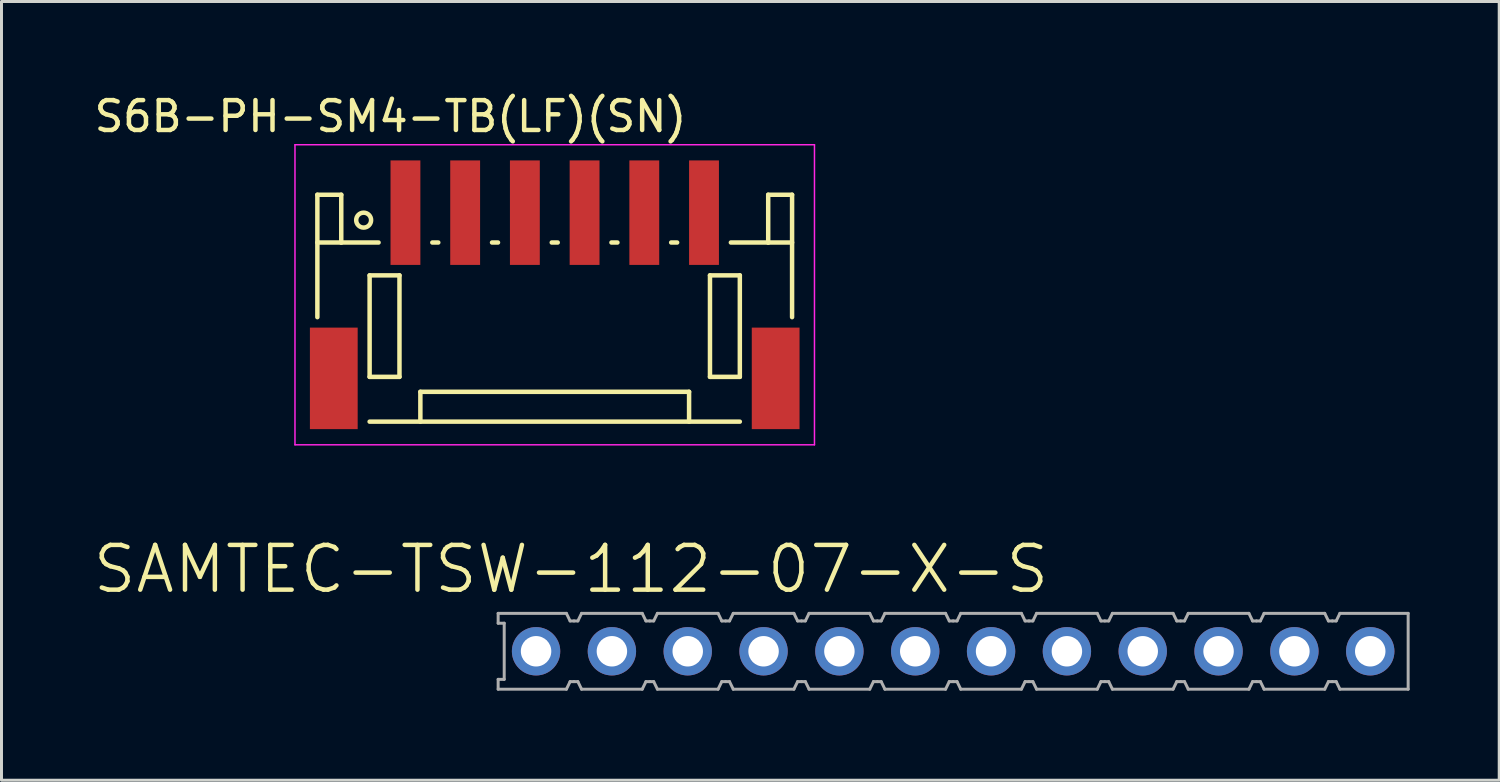
<source format=kicad_pcb>
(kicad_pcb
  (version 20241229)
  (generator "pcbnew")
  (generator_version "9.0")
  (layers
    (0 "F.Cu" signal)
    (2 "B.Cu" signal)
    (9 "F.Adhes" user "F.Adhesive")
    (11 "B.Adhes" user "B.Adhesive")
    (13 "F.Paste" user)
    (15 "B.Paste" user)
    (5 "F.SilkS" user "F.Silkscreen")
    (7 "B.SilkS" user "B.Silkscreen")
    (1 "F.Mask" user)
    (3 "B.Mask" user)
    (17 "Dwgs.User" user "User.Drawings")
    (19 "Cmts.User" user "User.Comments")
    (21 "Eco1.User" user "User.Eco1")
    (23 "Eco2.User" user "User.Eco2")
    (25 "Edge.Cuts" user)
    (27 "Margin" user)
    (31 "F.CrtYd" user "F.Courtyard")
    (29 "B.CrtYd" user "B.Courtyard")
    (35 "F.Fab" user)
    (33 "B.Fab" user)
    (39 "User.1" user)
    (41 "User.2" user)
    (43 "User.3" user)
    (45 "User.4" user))
  (footprint "S6B-PH-SM4-TB(LF)(SN)"
    (layer "F.Cu")
    (at 15.53 6.848)
    (property "Reference" "S6B-PH-SM4-TB(LF)(SN)" (at -5.5 -6 0) (layer "F.SilkS") (effects (font (size 1 1) (thickness 0.15))))
    (attr smd)
    (fp_line (start -7.95 -3.375) (end -7.95 0.725) (stroke (width 0.15) (type solid)) (layer "F.SilkS"))
    (fp_line (start -7.15 -3.375) (end -7.95 -3.375) (stroke (width 0.15) (type solid)) (layer "F.SilkS"))
    (fp_line (start -7.15 -1.775) (end -7.95 -1.775) (stroke (width 0.15) (type solid)) (layer "F.SilkS"))
    (fp_line (start -7.15 -1.775) (end -7.15 -3.375) (stroke (width 0.15) (type solid)) (layer "F.SilkS"))
    (fp_line (start -6.2 -0.675) (end -6.2 2.725) (stroke (width 0.15) (type solid)) (layer "F.SilkS"))
    (fp_line (start -6.2 2.725) (end -5.2 2.725) (stroke (width 0.15) (type solid)) (layer "F.SilkS"))
    (fp_line (start -6.2 4.225) (end 6.2 4.225) (stroke (width 0.15) (type solid)) (layer "F.SilkS"))
    (fp_line (start -5.9 -1.775) (end -7.15 -1.775) (stroke (width 0.15) (type solid)) (layer "F.SilkS"))
    (fp_line (start -5.2 -0.675) (end -6.2 -0.675) (stroke (width 0.15) (type solid)) (layer "F.SilkS"))
    (fp_line (start -5.2 2.725) (end -5.2 -0.675) (stroke (width 0.15) (type solid)) (layer "F.SilkS"))
    (fp_line (start -4.5 3.225) (end 4.5 3.225) (stroke (width 0.15) (type solid)) (layer "F.SilkS"))
    (fp_line (start -4.5 4.225) (end -4.5 3.225) (stroke (width 0.15) (type solid)) (layer "F.SilkS"))
    (fp_line (start -4.1 -1.775) (end -3.9 -1.775) (stroke (width 0.15) (type solid)) (layer "F.SilkS"))
    (fp_line (start -2.1 -1.775) (end -1.9 -1.775) (stroke (width 0.15) (type solid)) (layer "F.SilkS"))
    (fp_line (start -0.1 -1.775) (end 0.1 -1.775) (stroke (width 0.15) (type solid)) (layer "F.SilkS"))
    (fp_line (start 1.9 -1.775) (end 2.1 -1.775) (stroke (width 0.15) (type solid)) (layer "F.SilkS"))
    (fp_line (start 3.9 -1.775) (end 4.1 -1.775) (stroke (width 0.15) (type solid)) (layer "F.SilkS"))
    (fp_line (start 4.5 3.225) (end 4.5 4.225) (stroke (width 0.15) (type solid)) (layer "F.SilkS"))
    (fp_line (start 5.2 -0.675) (end 6.2 -0.675) (stroke (width 0.15) (type solid)) (layer "F.SilkS"))
    (fp_line (start 5.2 2.725) (end 5.2 -0.675) (stroke (width 0.15) (type solid)) (layer "F.SilkS"))
    (fp_line (start 5.9 -1.775) (end 7.15 -1.775) (stroke (width 0.15) (type solid)) (layer "F.SilkS"))
    (fp_line (start 6.2 -0.675) (end 6.2 2.725) (stroke (width 0.15) (type solid)) (layer "F.SilkS"))
    (fp_line (start 6.2 2.725) (end 5.2 2.725) (stroke (width 0.15) (type solid)) (layer "F.SilkS"))
    (fp_line (start 7.15 -3.375) (end 7.95 -3.375) (stroke (width 0.15) (type solid)) (layer "F.SilkS"))
    (fp_line (start 7.15 -1.775) (end 7.15 -3.375) (stroke (width 0.15) (type solid)) (layer "F.SilkS"))
    (fp_line (start 7.15 -1.775) (end 7.95 -1.775) (stroke (width 0.15) (type solid)) (layer "F.SilkS"))
    (fp_line (start 7.95 -3.375) (end 7.95 0.725) (stroke (width 0.15) (type solid)) (layer "F.SilkS"))
    (fp_circle (center -6.4 -2.525) (end -6.15 -2.525) (stroke (width 0.15) (type solid)) (fill no) (layer "F.SilkS"))
    (fp_line (start -8.7 -5.05) (end 8.7 -5.05) (stroke (width 0.05) (type solid)) (layer "F.CrtYd"))
    (fp_line (start -8.7 5) (end -8.7 -5.05) (stroke (width 0.05) (type solid)) (layer "F.CrtYd"))
    (fp_line (start 8.7 -5.05) (end 8.7 5) (stroke (width 0.05) (type solid)) (layer "F.CrtYd"))
    (fp_line (start 8.7 5) (end -8.7 5) (stroke (width 0.05) (type solid)) (layer "F.CrtYd"))
    (pad "" smd rect (at -7.4 2.775) (size 1.6 3.4) (layers "F.Cu" "F.Mask" "F.Paste"))
    (pad "" smd rect (at 7.4 2.775) (size 1.6 3.4) (layers "F.Cu" "F.Mask" "F.Paste"))
    (pad "1" smd rect (at -5 -2.775) (size 1 3.5) (layers "F.Cu" "F.Mask" "F.Paste"))
    (pad "2" smd rect (at -3 -2.775) (size 1 3.5) (layers "F.Cu" "F.Mask" "F.Paste"))
    (pad "3" smd rect (at -1 -2.775) (size 1 3.5) (layers "F.Cu" "F.Mask" "F.Paste"))
    (pad "4" smd rect (at 1 -2.775) (size 1 3.5) (layers "F.Cu" "F.Mask" "F.Paste"))
    (pad "5" smd rect (at 3 -2.775) (size 1 3.5) (layers "F.Cu" "F.Mask" "F.Paste"))
    (pad "6" smd rect (at 5 -2.775) (size 1 3.5) (layers "F.Cu" "F.Mask" "F.Paste")))
  (footprint "SAMTEC-TSW-112-07-X-S"
    (layer "F.Cu")
    (at 28.875 18.764)
    (property "Reference" "SAMTEC-TSW-112-07-X-S" (at -12.8 -2.75 0) (layer "F.SilkS") (effects (font (size 1.5 1.5) (thickness 0.15))))
    (attr through_hole)
    (fp_line (start -15.24 -1.27) (end -15.24 -0.94) (stroke (width 0.1) (type solid)) (layer "F.Fab"))
    (fp_line (start -15.24 -0.94) (end -15.037 -0.94) (stroke (width 0.1) (type solid)) (layer "F.Fab"))
    (fp_line (start -15.24 0.94) (end -15.24 1.27) (stroke (width 0.1) (type solid)) (layer "F.Fab"))
    (fp_line (start -15.24 1.27) (end -12.954 1.27) (stroke (width 0.1) (type solid)) (layer "F.Fab"))
    (fp_line (start -15.037 -0.94) (end -15.037 0.94) (stroke (width 0.1) (type solid)) (layer "F.Fab"))
    (fp_line (start -15.037 0.94) (end -15.24 0.94) (stroke (width 0.1) (type solid)) (layer "F.Fab"))
    (fp_line (start -14.288 -0.318) (end -14.288 0.318) (stroke (width 0.1) (type solid)) (layer "F.Fab"))
    (fp_line (start -14.288 0.318) (end -13.652 0.318) (stroke (width 0.1) (type solid)) (layer "F.Fab"))
    (fp_line (start -13.652 -0.318) (end -14.288 -0.318) (stroke (width 0.1) (type solid)) (layer "F.Fab"))
    (fp_line (start -13.652 0.318) (end -13.652 -0.318) (stroke (width 0.1) (type solid)) (layer "F.Fab"))
    (fp_line (start -12.954 -1.27) (end -15.24 -1.27) (stroke (width 0.1) (type solid)) (layer "F.Fab"))
    (fp_line (start -12.954 1.27) (end -12.83 1.016) (stroke (width 0.1) (type solid)) (layer "F.Fab"))
    (fp_line (start -12.83 -1.016) (end -12.954 -1.27) (stroke (width 0.1) (type solid)) (layer "F.Fab"))
    (fp_line (start -12.83 1.016) (end -12.7 1.016) (stroke (width 0.1) (type solid)) (layer "F.Fab"))
    (fp_line (start -12.7 -1.016) (end -12.83 -1.016) (stroke (width 0.1) (type solid)) (layer "F.Fab"))
    (fp_line (start -12.7 -1.016) (end -12.57 -1.016) (stroke (width 0.1) (type solid)) (layer "F.Fab"))
    (fp_line (start -12.7 1.016) (end -12.57 1.016) (stroke (width 0.1) (type solid)) (layer "F.Fab"))
    (fp_line (start -12.57 -1.016) (end -12.446 -1.27) (stroke (width 0.1) (type solid)) (layer "F.Fab"))
    (fp_line (start -12.57 1.016) (end -12.446 1.27) (stroke (width 0.1) (type solid)) (layer "F.Fab"))
    (fp_line (start -12.446 -1.27) (end -10.414 -1.27) (stroke (width 0.1) (type solid)) (layer "F.Fab"))
    (fp_line (start -12.446 1.27) (end -10.414 1.27) (stroke (width 0.1) (type solid)) (layer "F.Fab"))
    (fp_line (start -11.748 -0.318) (end -11.748 0.318) (stroke (width 0.1) (type solid)) (layer "F.Fab"))
    (fp_line (start -11.748 0.318) (end -11.112 0.318) (stroke (width 0.1) (type solid)) (layer "F.Fab"))
    (fp_line (start -11.112 -0.318) (end -11.748 -0.318) (stroke (width 0.1) (type solid)) (layer "F.Fab"))
    (fp_line (start -11.112 0.318) (end -11.112 -0.318) (stroke (width 0.1) (type solid)) (layer "F.Fab"))
    (fp_line (start -10.414 -1.27) (end -10.29 -1.016) (stroke (width 0.1) (type solid)) (layer "F.Fab"))
    (fp_line (start -10.414 1.27) (end -10.29 1.016) (stroke (width 0.1) (type solid)) (layer "F.Fab"))
    (fp_line (start -10.29 -1.016) (end -10.16 -1.016) (stroke (width 0.1) (type solid)) (layer "F.Fab"))
    (fp_line (start -10.29 1.016) (end -10.16 1.016) (stroke (width 0.1) (type solid)) (layer "F.Fab"))
    (fp_line (start -10.16 -1.016) (end -10.03 -1.016) (stroke (width 0.1) (type solid)) (layer "F.Fab"))
    (fp_line (start -10.16 1.016) (end -10.03 1.016) (stroke (width 0.1) (type solid)) (layer "F.Fab"))
    (fp_line (start -10.03 -1.016) (end -9.906 -1.27) (stroke (width 0.1) (type solid)) (layer "F.Fab"))
    (fp_line (start -10.03 1.016) (end -9.906 1.27) (stroke (width 0.1) (type solid)) (layer "F.Fab"))
    (fp_line (start -9.906 -1.27) (end -7.874 -1.27) (stroke (width 0.1) (type solid)) (layer "F.Fab"))
    (fp_line (start -9.906 1.27) (end -7.874 1.27) (stroke (width 0.1) (type solid)) (layer "F.Fab"))
    (fp_line (start -9.208 -0.318) (end -9.208 0.318) (stroke (width 0.1) (type solid)) (layer "F.Fab"))
    (fp_line (start -9.208 0.318) (end -8.572 0.318) (stroke (width 0.1) (type solid)) (layer "F.Fab"))
    (fp_line (start -8.572 -0.318) (end -9.208 -0.318) (stroke (width 0.1) (type solid)) (layer "F.Fab"))
    (fp_line (start -8.572 0.318) (end -8.572 -0.318) (stroke (width 0.1) (type solid)) (layer "F.Fab"))
    (fp_line (start -7.874 -1.27) (end -7.75 -1.016) (stroke (width 0.1) (type solid)) (layer "F.Fab"))
    (fp_line (start -7.874 1.27) (end -7.75 1.016) (stroke (width 0.1) (type solid)) (layer "F.Fab"))
    (fp_line (start -7.75 -1.016) (end -7.62 -1.016) (stroke (width 0.1) (type solid)) (layer "F.Fab"))
    (fp_line (start -7.75 1.016) (end -7.62 1.016) (stroke (width 0.1) (type solid)) (layer "F.Fab"))
    (fp_line (start -7.62 -1.016) (end -7.49 -1.016) (stroke (width 0.1) (type solid)) (layer "F.Fab"))
    (fp_line (start -7.62 1.016) (end -7.49 1.016) (stroke (width 0.1) (type solid)) (layer "F.Fab"))
    (fp_line (start -7.49 -1.016) (end -7.366 -1.27) (stroke (width 0.1) (type solid)) (layer "F.Fab"))
    (fp_line (start -7.49 1.016) (end -7.366 1.27) (stroke (width 0.1) (type solid)) (layer "F.Fab"))
    (fp_line (start -7.366 -1.27) (end -5.334 -1.27) (stroke (width 0.1) (type solid)) (layer "F.Fab"))
    (fp_line (start -7.366 1.27) (end -5.334 1.27) (stroke (width 0.1) (type solid)) (layer "F.Fab"))
    (fp_line (start -6.668 -0.318) (end -6.668 0.318) (stroke (width 0.1) (type solid)) (layer "F.Fab"))
    (fp_line (start -6.668 0.318) (end -6.032 0.318) (stroke (width 0.1) (type solid)) (layer "F.Fab"))
    (fp_line (start -6.032 -0.318) (end -6.668 -0.318) (stroke (width 0.1) (type solid)) (layer "F.Fab"))
    (fp_line (start -6.032 0.318) (end -6.032 -0.318) (stroke (width 0.1) (type solid)) (layer "F.Fab"))
    (fp_line (start -5.334 -1.27) (end -5.21 -1.016) (stroke (width 0.1) (type solid)) (layer "F.Fab"))
    (fp_line (start -5.334 1.27) (end -5.21 1.016) (stroke (width 0.1) (type solid)) (layer "F.Fab"))
    (fp_line (start -5.21 -1.016) (end -5.08 -1.016) (stroke (width 0.1) (type solid)) (layer "F.Fab"))
    (fp_line (start -5.21 1.016) (end -5.08 1.016) (stroke (width 0.1) (type solid)) (layer "F.Fab"))
    (fp_line (start -5.08 -1.016) (end -4.95 -1.016) (stroke (width 0.1) (type solid)) (layer "F.Fab"))
    (fp_line (start -5.08 1.016) (end -4.95 1.016) (stroke (width 0.1) (type solid)) (layer "F.Fab"))
    (fp_line (start -4.95 -1.016) (end -4.826 -1.27) (stroke (width 0.1) (type solid)) (layer "F.Fab"))
    (fp_line (start -4.95 1.016) (end -4.826 1.27) (stroke (width 0.1) (type solid)) (layer "F.Fab"))
    (fp_line (start -4.826 -1.27) (end -2.794 -1.27) (stroke (width 0.1) (type solid)) (layer "F.Fab"))
    (fp_line (start -4.826 1.27) (end -2.794 1.27) (stroke (width 0.1) (type solid)) (layer "F.Fab"))
    (fp_line (start -4.128 -0.318) (end -4.128 0.318) (stroke (width 0.1) (type solid)) (layer "F.Fab"))
    (fp_line (start -4.128 0.318) (end -3.492 0.318) (stroke (width 0.1) (type solid)) (layer "F.Fab"))
    (fp_line (start -3.492 -0.318) (end -4.128 -0.318) (stroke (width 0.1) (type solid)) (layer "F.Fab"))
    (fp_line (start -3.492 0.318) (end -3.492 -0.318) (stroke (width 0.1) (type solid)) (layer "F.Fab"))
    (fp_line (start -2.794 -1.27) (end -2.67 -1.016) (stroke (width 0.1) (type solid)) (layer "F.Fab"))
    (fp_line (start -2.794 1.27) (end -2.67 1.016) (stroke (width 0.1) (type solid)) (layer "F.Fab"))
    (fp_line (start -2.67 -1.016) (end -2.54 -1.016) (stroke (width 0.1) (type solid)) (layer "F.Fab"))
    (fp_line (start -2.67 1.016) (end -2.54 1.016) (stroke (width 0.1) (type solid)) (layer "F.Fab"))
    (fp_line (start -2.54 -1.016) (end -2.41 -1.016) (stroke (width 0.1) (type solid)) (layer "F.Fab"))
    (fp_line (start -2.54 1.016) (end -2.41 1.016) (stroke (width 0.1) (type solid)) (layer "F.Fab"))
    (fp_line (start -2.41 -1.016) (end -2.286 -1.27) (stroke (width 0.1) (type solid)) (layer "F.Fab"))
    (fp_line (start -2.41 1.016) (end -2.286 1.27) (stroke (width 0.1) (type solid)) (layer "F.Fab"))
    (fp_line (start -2.286 -1.27) (end -0.254 -1.27) (stroke (width 0.1) (type solid)) (layer "F.Fab"))
    (fp_line (start -2.286 1.27) (end -0.254 1.27) (stroke (width 0.1) (type solid)) (layer "F.Fab"))
    (fp_line (start -1.588 -0.318) (end -1.588 0.318) (stroke (width 0.1) (type solid)) (layer "F.Fab"))
    (fp_line (start -1.588 0.318) (end -0.952 0.318) (stroke (width 0.1) (type solid)) (layer "F.Fab"))
    (fp_line (start -0.952 -0.318) (end -1.588 -0.318) (stroke (width 0.1) (type solid)) (layer "F.Fab"))
    (fp_line (start -0.952 0.318) (end -0.952 -0.318) (stroke (width 0.1) (type solid)) (layer "F.Fab"))
    (fp_line (start -0.254 -1.27) (end -0.13 -1.016) (stroke (width 0.1) (type solid)) (layer "F.Fab"))
    (fp_line (start -0.254 1.27) (end -0.13 1.016) (stroke (width 0.1) (type solid)) (layer "F.Fab"))
    (fp_line (start -0.13 -1.016) (end 0 -1.016) (stroke (width 0.1) (type solid)) (layer "F.Fab"))
    (fp_line (start -0.13 1.016) (end 0 1.016) (stroke (width 0.1) (type solid)) (layer "F.Fab"))
    (fp_line (start 0 -1.016) (end 0.13 -1.016) (stroke (width 0.1) (type solid)) (layer "F.Fab"))
    (fp_line (start 0 1.016) (end 0.13 1.016) (stroke (width 0.1) (type solid)) (layer "F.Fab"))
    (fp_line (start 0.13 -1.016) (end 0.254 -1.27) (stroke (width 0.1) (type solid)) (layer "F.Fab"))
    (fp_line (start 0.13 1.016) (end 0.254 1.27) (stroke (width 0.1) (type solid)) (layer "F.Fab"))
    (fp_line (start 0.254 -1.27) (end 2.286 -1.27) (stroke (width 0.1) (type solid)) (layer "F.Fab"))
    (fp_line (start 0.254 1.27) (end 2.286 1.27) (stroke (width 0.1) (type solid)) (layer "F.Fab"))
    (fp_line (start 0.952 -0.318) (end 0.952 0.318) (stroke (width 0.1) (type solid)) (layer "F.Fab"))
    (fp_line (start 0.952 0.318) (end 1.588 0.318) (stroke (width 0.1) (type solid)) (layer "F.Fab"))
    (fp_line (start 1.588 -0.318) (end 0.952 -0.318) (stroke (width 0.1) (type solid)) (layer "F.Fab"))
    (fp_line (start 1.588 0.318) (end 1.588 -0.318) (stroke (width 0.1) (type solid)) (layer "F.Fab"))
    (fp_line (start 2.286 -1.27) (end 2.41 -1.016) (stroke (width 0.1) (type solid)) (layer "F.Fab"))
    (fp_line (start 2.286 1.27) (end 2.41 1.016) (stroke (width 0.1) (type solid)) (layer "F.Fab"))
    (fp_line (start 2.41 -1.016) (end 2.54 -1.016) (stroke (width 0.1) (type solid)) (layer "F.Fab"))
    (fp_line (start 2.41 1.016) (end 2.54 1.016) (stroke (width 0.1) (type solid)) (layer "F.Fab"))
    (fp_line (start 2.54 -1.016) (end 2.67 -1.016) (stroke (width 0.1) (type solid)) (layer "F.Fab"))
    (fp_line (start 2.54 1.016) (end 2.67 1.016) (stroke (width 0.1) (type solid)) (layer "F.Fab"))
    (fp_line (start 2.67 -1.016) (end 2.794 -1.27) (stroke (width 0.1) (type solid)) (layer "F.Fab"))
    (fp_line (start 2.67 1.016) (end 2.794 1.27) (stroke (width 0.1) (type solid)) (layer "F.Fab"))
    (fp_line (start 2.794 -1.27) (end 4.826 -1.27) (stroke (width 0.1) (type solid)) (layer "F.Fab"))
    (fp_line (start 2.794 1.27) (end 4.826 1.27) (stroke (width 0.1) (type solid)) (layer "F.Fab"))
    (fp_line (start 3.492 -0.318) (end 3.492 0.318) (stroke (width 0.1) (type solid)) (layer "F.Fab"))
    (fp_line (start 3.492 0.318) (end 4.128 0.318) (stroke (width 0.1) (type solid)) (layer "F.Fab"))
    (fp_line (start 4.128 -0.318) (end 3.492 -0.318) (stroke (width 0.1) (type solid)) (layer "F.Fab"))
    (fp_line (start 4.128 0.318) (end 4.128 -0.318) (stroke (width 0.1) (type solid)) (layer "F.Fab"))
    (fp_line (start 4.826 -1.27) (end 4.95 -1.016) (stroke (width 0.1) (type solid)) (layer "F.Fab"))
    (fp_line (start 4.826 1.27) (end 4.95 1.016) (stroke (width 0.1) (type solid)) (layer "F.Fab"))
    (fp_line (start 4.95 -1.016) (end 5.08 -1.016) (stroke (width 0.1) (type solid)) (layer "F.Fab"))
    (fp_line (start 4.95 1.016) (end 5.08 1.016) (stroke (width 0.1) (type solid)) (layer "F.Fab"))
    (fp_line (start 5.08 -1.016) (end 5.21 -1.016) (stroke (width 0.1) (type solid)) (layer "F.Fab"))
    (fp_line (start 5.08 1.016) (end 5.21 1.016) (stroke (width 0.1) (type solid)) (layer "F.Fab"))
    (fp_line (start 5.21 -1.016) (end 5.334 -1.27) (stroke (width 0.1) (type solid)) (layer "F.Fab"))
    (fp_line (start 5.21 1.016) (end 5.334 1.27) (stroke (width 0.1) (type solid)) (layer "F.Fab"))
    (fp_line (start 5.334 -1.27) (end 7.366 -1.27) (stroke (width 0.1) (type solid)) (layer "F.Fab"))
    (fp_line (start 5.334 1.27) (end 7.366 1.27) (stroke (width 0.1) (type solid)) (layer "F.Fab"))
    (fp_line (start 6.032 -0.318) (end 6.032 0.318) (stroke (width 0.1) (type solid)) (layer "F.Fab"))
    (fp_line (start 6.032 0.318) (end 6.668 0.318) (stroke (width 0.1) (type solid)) (layer "F.Fab"))
    (fp_line (start 6.668 -0.318) (end 6.032 -0.318) (stroke (width 0.1) (type solid)) (layer "F.Fab"))
    (fp_line (start 6.668 0.318) (end 6.668 -0.318) (stroke (width 0.1) (type solid)) (layer "F.Fab"))
    (fp_line (start 7.366 -1.27) (end 7.49 -1.016) (stroke (width 0.1) (type solid)) (layer "F.Fab"))
    (fp_line (start 7.366 1.27) (end 7.49 1.016) (stroke (width 0.1) (type solid)) (layer "F.Fab"))
    (fp_line (start 7.49 -1.016) (end 7.62 -1.016) (stroke (width 0.1) (type solid)) (layer "F.Fab"))
    (fp_line (start 7.49 1.016) (end 7.62 1.016) (stroke (width 0.1) (type solid)) (layer "F.Fab"))
    (fp_line (start 7.62 -1.016) (end 7.75 -1.016) (stroke (width 0.1) (type solid)) (layer "F.Fab"))
    (fp_line (start 7.62 1.016) (end 7.75 1.016) (stroke (width 0.1) (type solid)) (layer "F.Fab"))
    (fp_line (start 7.75 -1.016) (end 7.874 -1.27) (stroke (width 0.1) (type solid)) (layer "F.Fab"))
    (fp_line (start 7.75 1.016) (end 7.874 1.27) (stroke (width 0.1) (type solid)) (layer "F.Fab"))
    (fp_line (start 7.874 -1.27) (end 9.906 -1.27) (stroke (width 0.1) (type solid)) (layer "F.Fab"))
    (fp_line (start 7.874 1.27) (end 9.906 1.27) (stroke (width 0.1) (type solid)) (layer "F.Fab"))
    (fp_line (start 8.572 -0.318) (end 8.572 0.318) (stroke (width 0.1) (type solid)) (layer "F.Fab"))
    (fp_line (start 8.572 0.318) (end 9.208 0.318) (stroke (width 0.1) (type solid)) (layer "F.Fab"))
    (fp_line (start 9.208 -0.318) (end 8.572 -0.318) (stroke (width 0.1) (type solid)) (layer "F.Fab"))
    (fp_line (start 9.208 0.318) (end 9.208 -0.318) (stroke (width 0.1) (type solid)) (layer "F.Fab"))
    (fp_line (start 9.906 -1.27) (end 10.03 -1.016) (stroke (width 0.1) (type solid)) (layer "F.Fab"))
    (fp_line (start 9.906 1.27) (end 10.03 1.016) (stroke (width 0.1) (type solid)) (layer "F.Fab"))
    (fp_line (start 10.03 -1.016) (end 10.16 -1.016) (stroke (width 0.1) (type solid)) (layer "F.Fab"))
    (fp_line (start 10.03 1.016) (end 10.16 1.016) (stroke (width 0.1) (type solid)) (layer "F.Fab"))
    (fp_line (start 10.16 -1.016) (end 10.29 -1.016) (stroke (width 0.1) (type solid)) (layer "F.Fab"))
    (fp_line (start 10.16 1.016) (end 10.29 1.016) (stroke (width 0.1) (type solid)) (layer "F.Fab"))
    (fp_line (start 10.29 -1.016) (end 10.414 -1.27) (stroke (width 0.1) (type solid)) (layer "F.Fab"))
    (fp_line (start 10.29 1.016) (end 10.414 1.27) (stroke (width 0.1) (type solid)) (layer "F.Fab"))
    (fp_line (start 10.414 -1.27) (end 12.446 -1.27) (stroke (width 0.1) (type solid)) (layer "F.Fab"))
    (fp_line (start 10.414 1.27) (end 12.446 1.27) (stroke (width 0.1) (type solid)) (layer "F.Fab"))
    (fp_line (start 11.112 -0.318) (end 11.112 0.318) (stroke (width 0.1) (type solid)) (layer "F.Fab"))
    (fp_line (start 11.112 0.318) (end 11.748 0.318) (stroke (width 0.1) (type solid)) (layer "F.Fab"))
    (fp_line (start 11.748 -0.318) (end 11.112 -0.318) (stroke (width 0.1) (type solid)) (layer "F.Fab"))
    (fp_line (start 11.748 0.318) (end 11.748 -0.318) (stroke (width 0.1) (type solid)) (layer "F.Fab"))
    (fp_line (start 12.446 -1.27) (end 12.57 -1.016) (stroke (width 0.1) (type solid)) (layer "F.Fab"))
    (fp_line (start 12.446 1.27) (end 12.57 1.016) (stroke (width 0.1) (type solid)) (layer "F.Fab"))
    (fp_line (start 12.57 -1.016) (end 12.7 -1.016) (stroke (width 0.1) (type solid)) (layer "F.Fab"))
    (fp_line (start 12.57 1.016) (end 12.7 1.016) (stroke (width 0.1) (type solid)) (layer "F.Fab"))
    (fp_line (start 12.7 1.016) (end 12.83 1.016) (stroke (width 0.1) (type solid)) (layer "F.Fab"))
    (fp_line (start 12.83 -1.016) (end 12.7 -1.016) (stroke (width 0.1) (type solid)) (layer "F.Fab"))
    (fp_line (start 12.83 1.016) (end 12.954 1.27) (stroke (width 0.1) (type solid)) (layer "F.Fab"))
    (fp_line (start 12.954 -1.27) (end 12.83 -1.016) (stroke (width 0.1) (type solid)) (layer "F.Fab"))
    (fp_line (start 12.954 1.27) (end 15.24 1.27) (stroke (width 0.1) (type solid)) (layer "F.Fab"))
    (fp_line (start 13.652 -0.318) (end 13.652 0.318) (stroke (width 0.1) (type solid)) (layer "F.Fab"))
    (fp_line (start 13.652 0.318) (end 14.288 0.318) (stroke (width 0.1) (type solid)) (layer "F.Fab"))
    (fp_line (start 14.288 -0.318) (end 13.652 -0.318) (stroke (width 0.1) (type solid)) (layer "F.Fab"))
    (fp_line (start 14.288 0.318) (end 14.288 -0.318) (stroke (width 0.1) (type solid)) (layer "F.Fab"))
    (fp_line (start 15.24 -1.27) (end 12.954 -1.27) (stroke (width 0.1) (type solid)) (layer "F.Fab"))
    (fp_line (start 15.24 1.27) (end 15.24 -1.27) (stroke (width 0.1) (type solid)) (layer "F.Fab"))
    (pad "1" thru_hole circle (at -13.97 0) (size 1.62 1.62) (drill 1.02) (layers "*.Cu" "*.Mask"))
    (pad "2" thru_hole circle (at -11.43 0) (size 1.62 1.62) (drill 1.02) (layers "*.Cu" "*.Mask"))
    (pad "3" thru_hole circle (at -8.89 0) (size 1.62 1.62) (drill 1.02) (layers "*.Cu" "*.Mask"))
    (pad "4" thru_hole circle (at -6.35 0) (size 1.62 1.62) (drill 1.02) (layers "*.Cu" "*.Mask"))
    (pad "5" thru_hole circle (at -3.81 0) (size 1.62 1.62) (drill 1.02) (layers "*.Cu" "*.Mask"))
    (pad "6" thru_hole circle (at -1.27 0) (size 1.62 1.62) (drill 1.02) (layers "*.Cu" "*.Mask"))
    (pad "7" thru_hole circle (at 1.27 0) (size 1.62 1.62) (drill 1.02) (layers "*.Cu" "*.Mask"))
    (pad "8" thru_hole circle (at 3.81 0) (size 1.62 1.62) (drill 1.02) (layers "*.Cu" "*.Mask"))
    (pad "9" thru_hole circle (at 6.35 0) (size 1.62 1.62) (drill 1.02) (layers "*.Cu" "*.Mask"))
    (pad "10" thru_hole circle (at 8.89 0) (size 1.62 1.62) (drill 1.02) (layers "*.Cu" "*.Mask"))
    (pad "11" thru_hole circle (at 11.43 0) (size 1.62 1.62) (drill 1.02) (layers "*.Cu" "*.Mask"))
    (pad "12" thru_hole circle (at 13.97 0) (size 1.62 1.62) (drill 1.02) (layers "*.Cu" "*.Mask")))
  (gr_rect
    (start -3 -3)
    (end 47.165 23.084)
    (stroke (width 0.1) (type default))
    (fill no)
    (layer "Edge.Cuts")))
</source>
